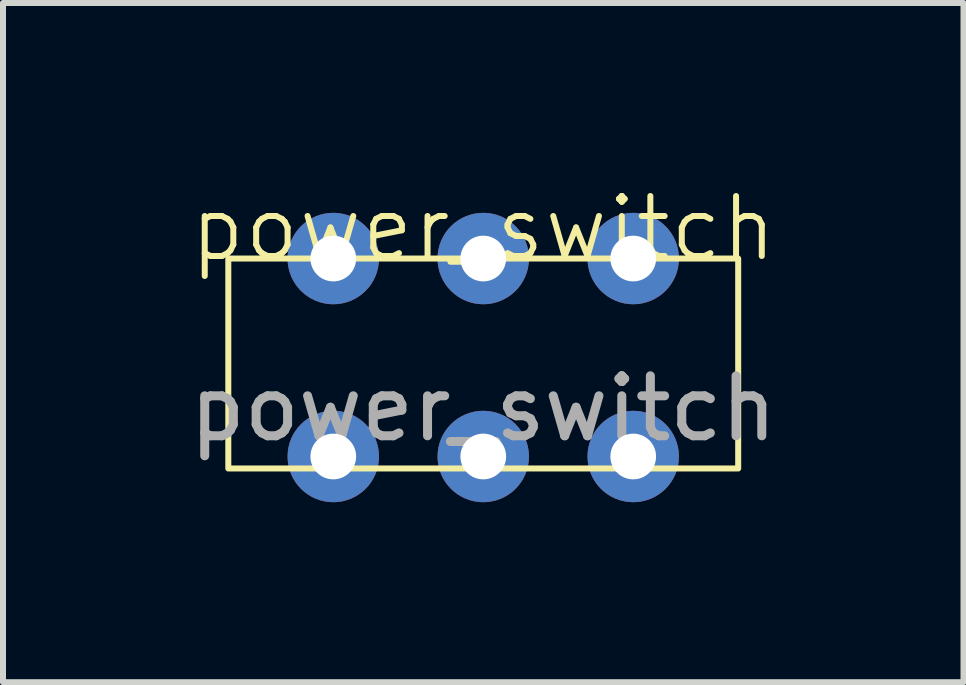
<source format=kicad_pcb>
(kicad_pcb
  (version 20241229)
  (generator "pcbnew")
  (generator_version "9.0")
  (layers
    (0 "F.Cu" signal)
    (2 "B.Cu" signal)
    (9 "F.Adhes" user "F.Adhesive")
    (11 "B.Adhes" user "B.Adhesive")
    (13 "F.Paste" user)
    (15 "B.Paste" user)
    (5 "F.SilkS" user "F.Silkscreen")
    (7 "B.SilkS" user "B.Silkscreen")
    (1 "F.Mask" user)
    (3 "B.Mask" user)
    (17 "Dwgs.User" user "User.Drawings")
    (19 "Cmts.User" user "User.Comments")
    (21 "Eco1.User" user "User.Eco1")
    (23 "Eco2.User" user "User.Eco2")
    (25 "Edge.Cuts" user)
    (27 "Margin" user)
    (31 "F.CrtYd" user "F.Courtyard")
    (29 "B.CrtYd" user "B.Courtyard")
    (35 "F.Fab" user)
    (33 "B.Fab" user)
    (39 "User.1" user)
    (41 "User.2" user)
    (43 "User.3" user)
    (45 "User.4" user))
  (footprint "power_switch"
    (layer "F.Cu")
    (at 5.006 1.26)
    (property "Reference" "power_switch" (at 0 -0.5 0) (unlocked yes) (layer "F.SilkS") (effects (font (size 1 1) (thickness 0.1))))
    (attr through_hole)
    (fp_rect (start -4.25 0) (end 4.25 3.5) (stroke (width 0.1) (type default)) (fill no) (layer "F.SilkS"))
    (fp_text user "${REFERENCE}" (at 0 2.5 0) (unlocked yes) (layer "F.Fab") (effects (font (size 1 1) (thickness 0.15))))
    (pad "1" thru_hole circle (at -2.5 0) (size 1.524 1.524) (drill 0.762) (layers "*.Cu" "*.Mask"))
    (pad "1" thru_hole circle (at -2.5 3.3) (size 1.524 1.524) (drill 0.762) (layers "*.Cu" "*.Mask"))
    (pad "2" thru_hole circle (at 0 0) (size 1.524 1.524) (drill 0.762) (layers "*.Cu" "*.Mask"))
    (pad "2" thru_hole circle (at 0 3.3) (size 1.524 1.524) (drill 0.762) (layers "*.Cu" "*.Mask"))
    (pad "3" thru_hole circle (at 2.5 0) (size 1.524 1.524) (drill 0.762) (layers "*.Cu" "*.Mask"))
    (pad "3" thru_hole circle (at 2.5 3.3) (size 1.524 1.524) (drill 0.762) (layers "*.Cu" "*.Mask")))
  (gr_rect
    (start -3 -3)
    (end 13.012 8.322)
    (stroke (width 0.1) (type default))
    (fill no)
    (layer "Edge.Cuts")))
</source>
